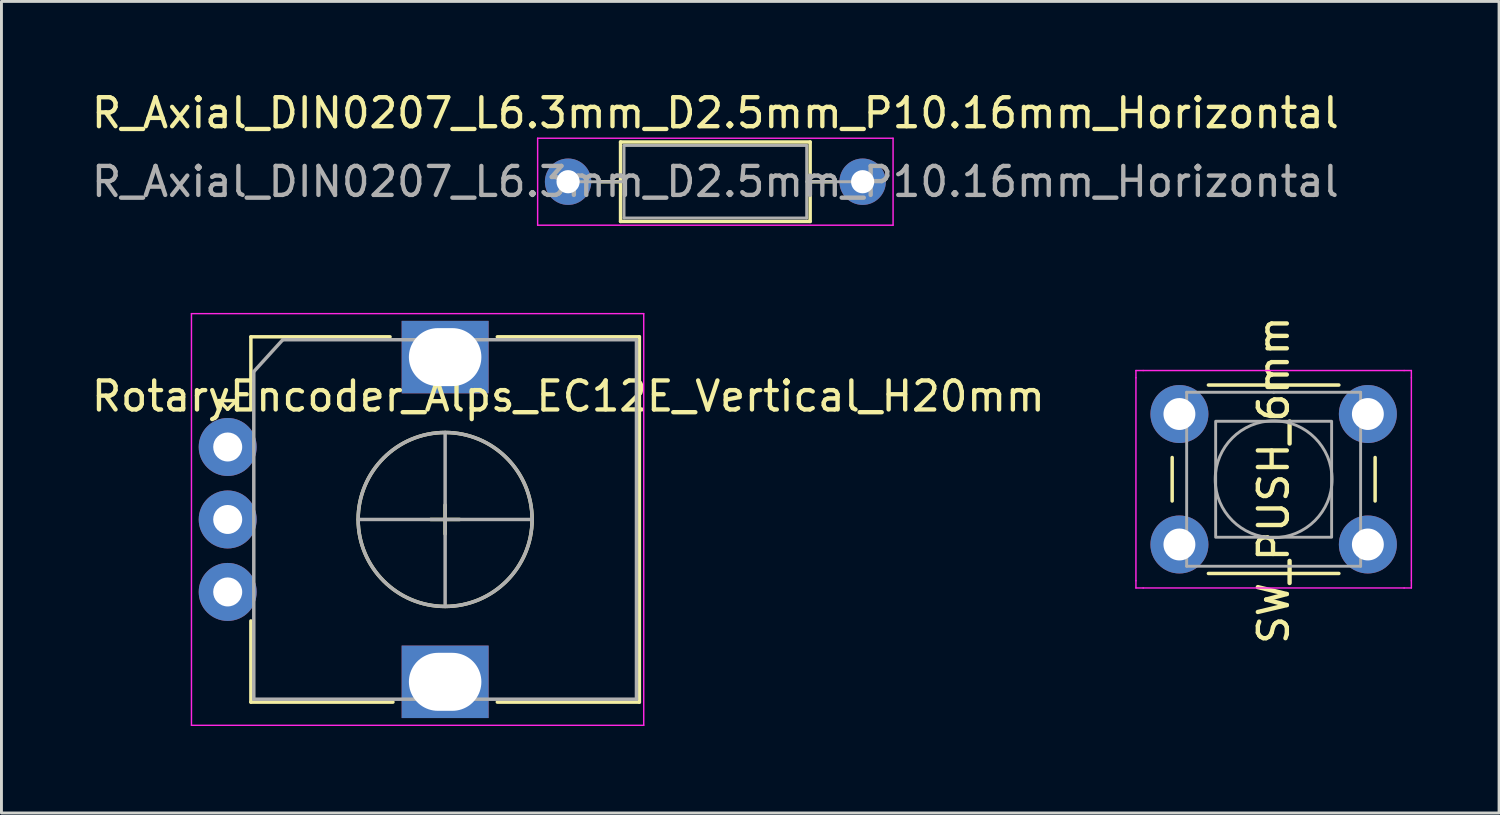
<source format=kicad_pcb>
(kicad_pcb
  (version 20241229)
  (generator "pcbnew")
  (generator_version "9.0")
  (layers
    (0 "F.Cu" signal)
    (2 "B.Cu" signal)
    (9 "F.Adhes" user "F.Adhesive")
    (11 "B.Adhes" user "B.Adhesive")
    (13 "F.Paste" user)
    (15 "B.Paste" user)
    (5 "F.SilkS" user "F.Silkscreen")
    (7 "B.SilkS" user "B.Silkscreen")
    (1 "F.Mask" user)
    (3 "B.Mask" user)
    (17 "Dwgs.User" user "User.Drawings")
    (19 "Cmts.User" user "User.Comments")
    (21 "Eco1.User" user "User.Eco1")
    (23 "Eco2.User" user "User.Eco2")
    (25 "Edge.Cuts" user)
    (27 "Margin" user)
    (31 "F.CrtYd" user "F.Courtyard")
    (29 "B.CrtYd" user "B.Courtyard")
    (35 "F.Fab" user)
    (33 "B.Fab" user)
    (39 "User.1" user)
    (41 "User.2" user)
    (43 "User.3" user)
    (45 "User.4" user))
  (footprint "SW_PUSH_6mm"
    (layer "F.Cu")
    (at 37.632 11.231)
    (property "Reference" "SW_PUSH_6mm" (at 3.25 2.28 270) (layer "F.SilkS") (effects (font (size 1 1) (thickness 0.15))))
    (attr through_hole)
    (fp_line (start -0.25 1.5) (end -0.25 3) (stroke (width 0.12) (type solid)) (layer "F.SilkS"))
    (fp_line (start 1 5.5) (end 5.5 5.5) (stroke (width 0.12) (type solid)) (layer "F.SilkS"))
    (fp_line (start 5.5 -1) (end 1 -1) (stroke (width 0.12) (type solid)) (layer "F.SilkS"))
    (fp_line (start 6.75 3) (end 6.75 1.5) (stroke (width 0.12) (type solid)) (layer "F.SilkS"))
    (fp_line (start -1.5 -1.5) (end -1.25 -1.5) (stroke (width 0.05) (type solid)) (layer "F.CrtYd"))
    (fp_line (start -1.5 -1.25) (end -1.5 -1.5) (stroke (width 0.05) (type solid)) (layer "F.CrtYd"))
    (fp_line (start -1.5 5.75) (end -1.5 -1.25) (stroke (width 0.05) (type solid)) (layer "F.CrtYd"))
    (fp_line (start -1.5 5.75) (end -1.5 6) (stroke (width 0.05) (type solid)) (layer "F.CrtYd"))
    (fp_line (start -1.5 6) (end -1.25 6) (stroke (width 0.05) (type solid)) (layer "F.CrtYd"))
    (fp_line (start -1.25 -1.5) (end 7.75 -1.5) (stroke (width 0.05) (type solid)) (layer "F.CrtYd"))
    (fp_line (start 7.75 -1.5) (end 8 -1.5) (stroke (width 0.05) (type solid)) (layer "F.CrtYd"))
    (fp_line (start 7.75 6) (end -1.25 6) (stroke (width 0.05) (type solid)) (layer "F.CrtYd"))
    (fp_line (start 7.75 6) (end 8 6) (stroke (width 0.05) (type solid)) (layer "F.CrtYd"))
    (fp_line (start 8 -1.5) (end 8 -1.25) (stroke (width 0.05) (type solid)) (layer "F.CrtYd"))
    (fp_line (start 8 -1.25) (end 8 5.75) (stroke (width 0.05) (type solid)) (layer "F.CrtYd"))
    (fp_line (start 8 6) (end 8 5.75) (stroke (width 0.05) (type solid)) (layer "F.CrtYd"))
    (fp_line (start 0.25 -0.75) (end 3.25 -0.75) (stroke (width 0.1) (type solid)) (layer "F.Fab"))
    (fp_line (start 0.25 5.25) (end 0.25 -0.75) (stroke (width 0.1) (type solid)) (layer "F.Fab"))
    (fp_line (start 3.25 -0.75) (end 6.25 -0.75) (stroke (width 0.1) (type solid)) (layer "F.Fab"))
    (fp_line (start 6.25 -0.75) (end 6.25 5.25) (stroke (width 0.1) (type solid)) (layer "F.Fab"))
    (fp_line (start 6.25 5.25) (end 0.25 5.25) (stroke (width 0.1) (type solid)) (layer "F.Fab"))
    (fp_rect (start 1.25 0.25) (end 5.25 4.25) (stroke (width 0.1) (type default)) (fill no) (layer "F.Fab"))
    (fp_circle (center 3.25 2.25) (end 1.25 2.5) (stroke (width 0.1) (type solid)) (fill no) (layer "F.Fab"))
    (pad "1" thru_hole circle (at 0 0 90) (size 2 2) (drill 1.1) (layers "*.Cu" "*.Mask"))
    (pad "1" thru_hole circle (at 6.5 0 90) (size 2 2) (drill 1.1) (layers "*.Cu" "*.Mask"))
    (pad "2" thru_hole circle (at 0 4.5 90) (size 2 2) (drill 1.1) (layers "*.Cu" "*.Mask"))
    (pad "2" thru_hole circle (at 6.5 4.5 90) (size 2 2) (drill 1.1) (layers "*.Cu" "*.Mask")))
  (footprint "R_Axial_DIN0207_L6.3mm_D2.5mm_P10.16mm_Horizontal"
    (layer "F.Cu")
    (at 16.545 3.218)
    (property "Reference" "R_Axial_DIN0207_L6.3mm_D2.5mm_P10.16mm_Horizontal" (at 5.08 -2.37 0) (layer "F.SilkS") (effects (font (size 1 1) (thickness 0.15))))
    (attr through_hole)
    (fp_line (start 1.04 0) (end 1.81 0) (stroke (width 0.12) (type solid)) (layer "F.SilkS"))
    (fp_line (start 1.81 -1.37) (end 1.81 1.37) (stroke (width 0.12) (type solid)) (layer "F.SilkS"))
    (fp_line (start 1.81 1.37) (end 8.35 1.37) (stroke (width 0.12) (type solid)) (layer "F.SilkS"))
    (fp_line (start 8.35 -1.37) (end 1.81 -1.37) (stroke (width 0.12) (type solid)) (layer "F.SilkS"))
    (fp_line (start 8.35 1.37) (end 8.35 -1.37) (stroke (width 0.12) (type solid)) (layer "F.SilkS"))
    (fp_line (start 9.12 0) (end 8.35 0) (stroke (width 0.12) (type solid)) (layer "F.SilkS"))
    (fp_line (start -1.05 -1.5) (end -1.05 1.5) (stroke (width 0.05) (type solid)) (layer "F.CrtYd"))
    (fp_line (start -1.05 1.5) (end 11.21 1.5) (stroke (width 0.05) (type solid)) (layer "F.CrtYd"))
    (fp_line (start 11.21 -1.5) (end -1.05 -1.5) (stroke (width 0.05) (type solid)) (layer "F.CrtYd"))
    (fp_line (start 11.21 1.5) (end 11.21 -1.5) (stroke (width 0.05) (type solid)) (layer "F.CrtYd"))
    (fp_line (start 0 0) (end 1.93 0) (stroke (width 0.1) (type solid)) (layer "F.Fab"))
    (fp_line (start 1.93 -1.25) (end 1.93 1.25) (stroke (width 0.1) (type solid)) (layer "F.Fab"))
    (fp_line (start 1.93 1.25) (end 8.23 1.25) (stroke (width 0.1) (type solid)) (layer "F.Fab"))
    (fp_line (start 8.23 -1.25) (end 1.93 -1.25) (stroke (width 0.1) (type solid)) (layer "F.Fab"))
    (fp_line (start 8.23 1.25) (end 8.23 -1.25) (stroke (width 0.1) (type solid)) (layer "F.Fab"))
    (fp_line (start 10.16 0) (end 8.23 0) (stroke (width 0.1) (type solid)) (layer "F.Fab"))
    (fp_text user "${REFERENCE}" (at 5.08 0 0) (layer "F.Fab") (effects (font (size 1 1) (thickness 0.15))))
    (pad "1" thru_hole circle (at 0 0) (size 1.6 1.6) (drill 0.8) (layers "*.Cu" "*.Mask"))
    (pad "2" thru_hole oval (at 10.16 0) (size 1.6 1.6) (drill 0.8) (layers "*.Cu" "*.Mask")))
  (footprint "RotaryEncoder_Alps_EC12E_Vertical_H20mm"
    (layer "F.Cu")
    (at 12.304 14.868)
    (property "Reference" "RotaryEncoder_Alps_EC12E_Vertical_H20mm" (at 4.25 -4.25 0) (layer "F.SilkS") (effects (font (size 1 1) (thickness 0.15))))
    (attr through_hole)
    (fp_line (start -7.8 -4.1) (end -7.2 -4.1) (stroke (width 0.12) (type solid)) (layer "F.SilkS"))
    (fp_line (start -7.5 -3.8) (end -7.8 -4.1) (stroke (width 0.12) (type solid)) (layer "F.SilkS"))
    (fp_line (start -7.2 -4.1) (end -7.5 -3.8) (stroke (width 0.12) (type solid)) (layer "F.SilkS"))
    (fp_line (start -6.7 -6.3) (end -6.7 -3.8) (stroke (width 0.12) (type solid)) (layer "F.SilkS"))
    (fp_line (start -6.7 6.3) (end -6.7 3.5) (stroke (width 0.12) (type solid)) (layer "F.SilkS"))
    (fp_line (start -1.9 -6.3) (end -6.7 -6.3) (stroke (width 0.12) (type solid)) (layer "F.SilkS"))
    (fp_line (start -1.8 6.3) (end -6.7 6.3) (stroke (width 0.12) (type solid)) (layer "F.SilkS"))
    (fp_line (start -0.5 0) (end 0.5 0) (stroke (width 0.12) (type solid)) (layer "F.SilkS"))
    (fp_line (start 0 -0.5) (end 0 0.5) (stroke (width 0.12) (type solid)) (layer "F.SilkS"))
    (fp_line (start 1.8 -6.3) (end 6.7 -6.3) (stroke (width 0.12) (type solid)) (layer "F.SilkS"))
    (fp_line (start 6.7 -6.3) (end 6.7 6.3) (stroke (width 0.12) (type solid)) (layer "F.SilkS"))
    (fp_line (start 6.7 6.3) (end 1.8 6.3) (stroke (width 0.12) (type solid)) (layer "F.SilkS"))
    (fp_circle (center 0 0) (end 3 0) (stroke (width 0.12) (type solid)) (fill no) (layer "F.SilkS"))
    (fp_line (start -8.75 -7.1) (end -8.75 7.1) (stroke (width 0.05) (type solid)) (layer "F.CrtYd"))
    (fp_line (start -8.75 -7.1) (end 6.85 -7.1) (stroke (width 0.05) (type solid)) (layer "F.CrtYd"))
    (fp_line (start 6.85 7.1) (end -8.75 7.1) (stroke (width 0.05) (type solid)) (layer "F.CrtYd"))
    (fp_line (start 6.85 7.1) (end 6.85 -7.1) (stroke (width 0.05) (type solid)) (layer "F.CrtYd"))
    (fp_line (start -6.6 -5.1) (end -5.6 -6.2) (stroke (width 0.12) (type solid)) (layer "F.Fab"))
    (fp_line (start -6.6 6.2) (end -6.6 -5.1) (stroke (width 0.12) (type solid)) (layer "F.Fab"))
    (fp_line (start -5.6 -6.2) (end 6.6 -6.2) (stroke (width 0.12) (type solid)) (layer "F.Fab"))
    (fp_line (start -3 0) (end 3 0) (stroke (width 0.12) (type solid)) (layer "F.Fab"))
    (fp_line (start 0 -3) (end 0 3) (stroke (width 0.12) (type solid)) (layer "F.Fab"))
    (fp_line (start 6.6 -6.2) (end 6.6 6.2) (stroke (width 0.12) (type solid)) (layer "F.Fab"))
    (fp_line (start 6.6 6.2) (end -6.6 6.2) (stroke (width 0.12) (type solid)) (layer "F.Fab"))
    (fp_circle (center 0 0) (end 3 0) (stroke (width 0.12) (type solid)) (fill no) (layer "F.Fab"))
    (pad "A" thru_hole circle (at -7.5 -2.5) (size 2 2) (drill 1) (layers "*.Cu" "*.Mask"))
    (pad "B" thru_hole circle (at -7.5 2.5) (size 2 2) (drill 1) (layers "*.Cu" "*.Mask"))
    (pad "C" thru_hole circle (at -7.5 0) (size 2 2) (drill 1) (layers "*.Cu" "*.Mask"))
    (pad "MP" thru_hole rect (at 0 -5.6) (size 3 2.5) (drill oval 2.5 2) (layers "*.Cu" "*.Mask"))
    (pad "MP" thru_hole rect (at 0 5.6) (size 3 2.5) (drill oval 2.5 2) (layers "*.Cu" "*.Mask")))
  (gr_rect
    (start -3 -3)
    (end 48.657 24.993)
    (stroke (width 0.1) (type default))
    (fill no)
    (layer "Edge.Cuts")))
</source>
